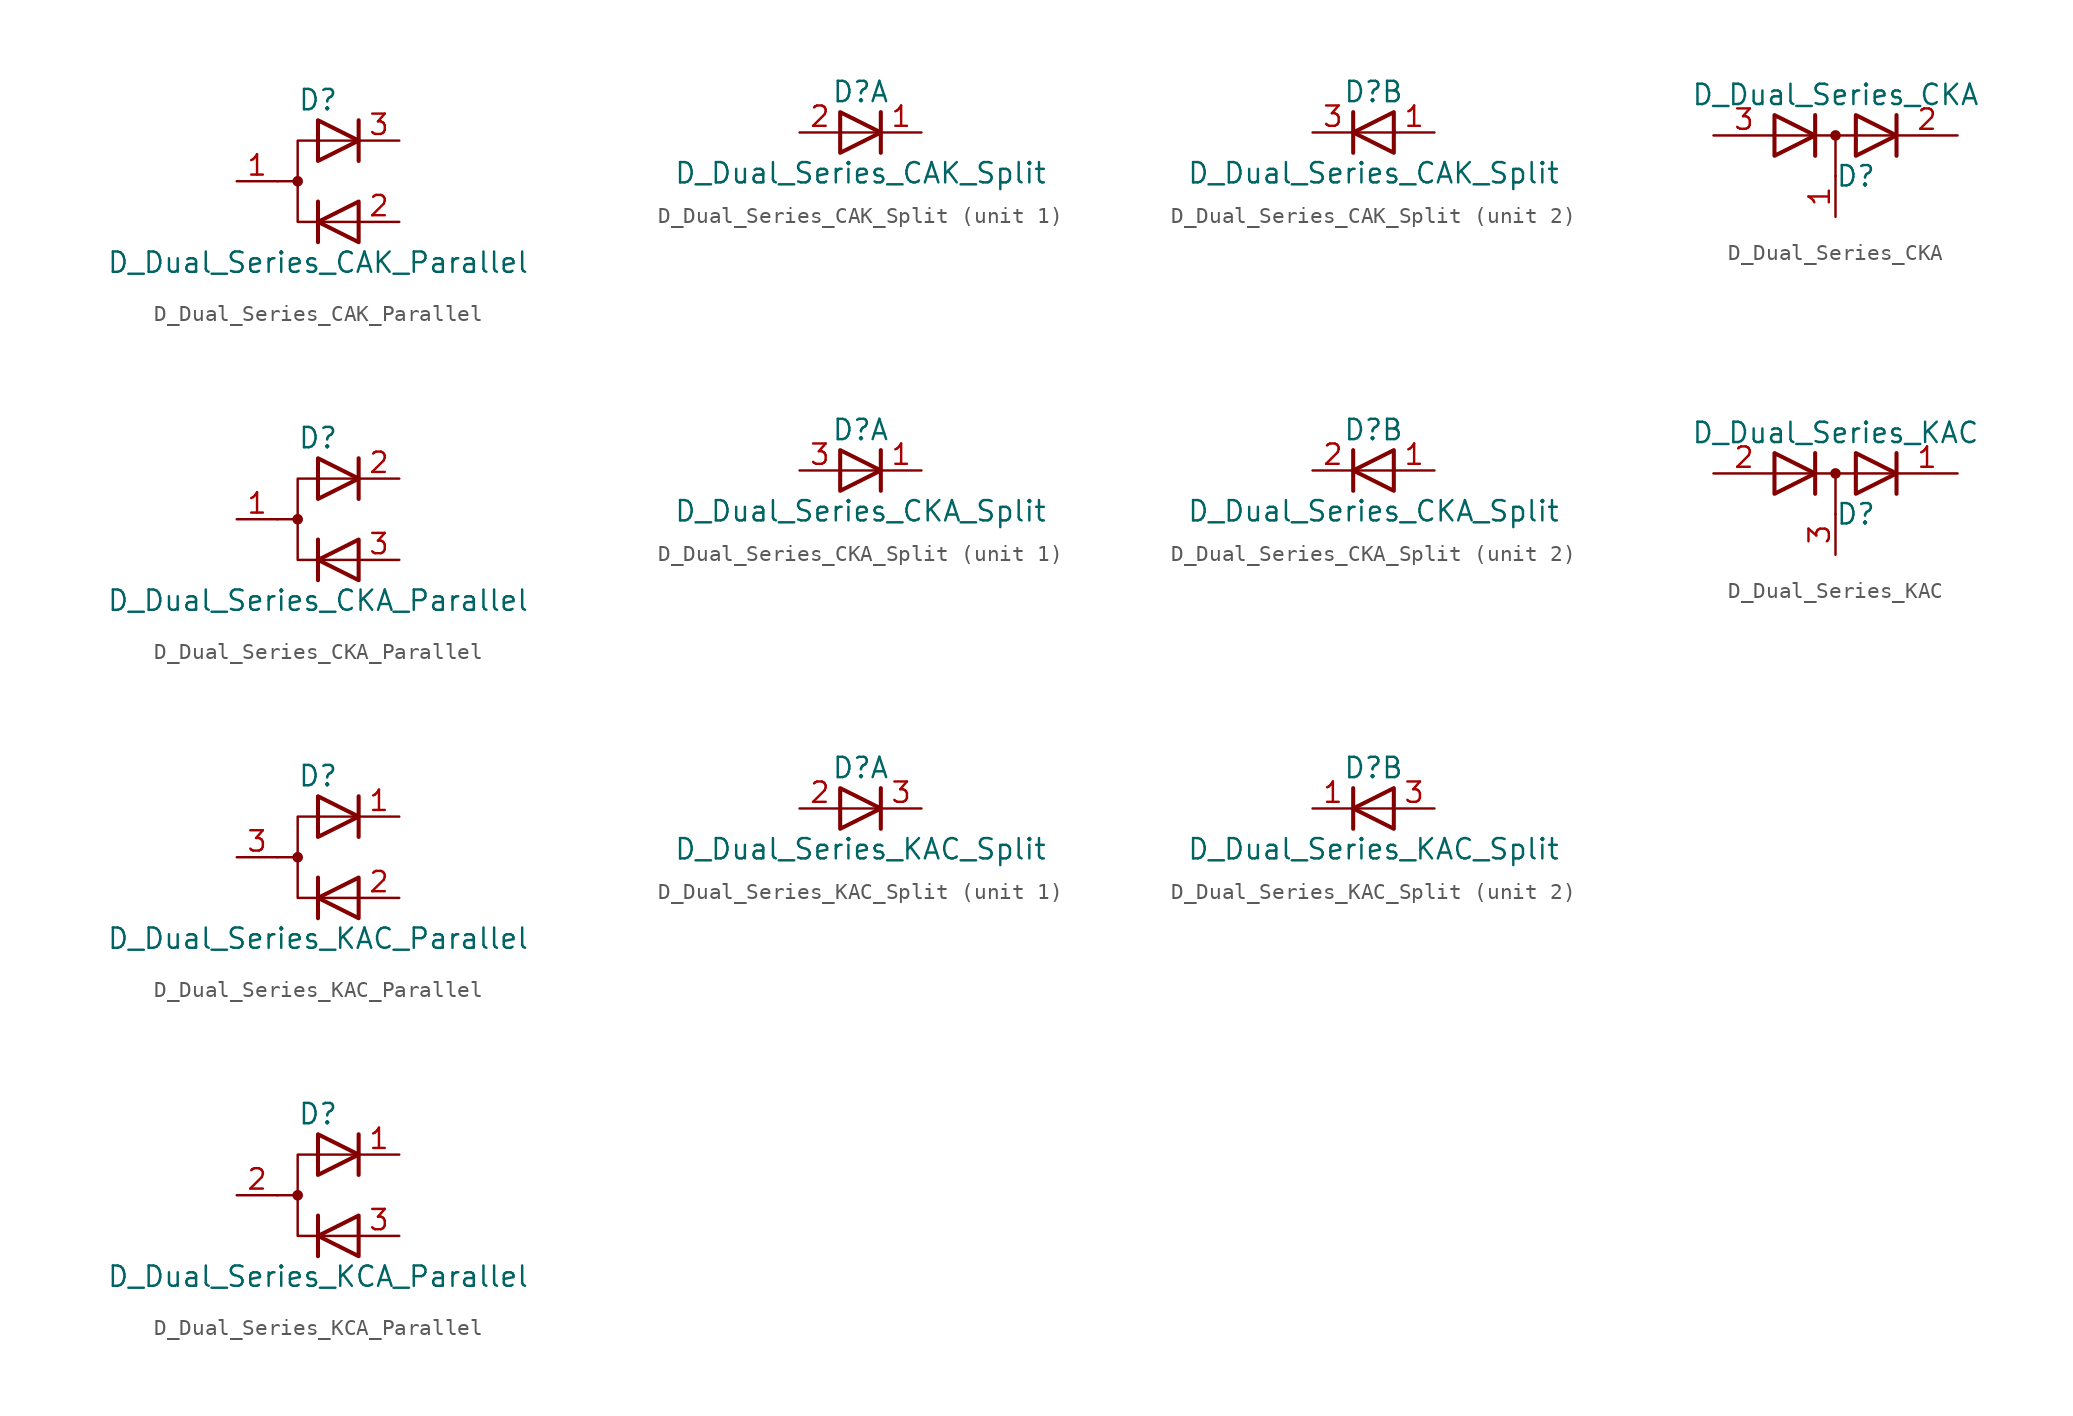
<source format=kicad_sym>
(kicad_symbol_lib
  (version 20241209)
  (generator "kicad_symbol_editor")
  (generator_version "9.0")
  (symbol "D_Dual_Series_CAK_Parallel"
    (pin_names
      (offset 0.762)
      (hide yes))
    (property "Reference" "D"
      (at 0 5.08 0)
      (effects (font (size 1.27 1.27))))
    (property "Value" "D_Dual_Series_CAK_Parallel"
      (at 0 -5.08 0)
      (effects (font (size 1.27 1.27))))
    (symbol "D_Dual_Series_CAK_Parallel_0_0"
      (polyline (pts (xy 0 -1.27) (xy 0 -3.81)) (stroke (width 0.254) (type default)) (fill (type none)))
      (polyline (pts (xy 2.54 3.81) (xy 2.54 1.27)) (stroke (width 0.254) (type default)) (fill (type none))))
    (symbol "D_Dual_Series_CAK_Parallel_0_1"
      (circle (center -1.27 0) (radius 0.254) (stroke (width 0) (type default)) (fill (type outline)))
      (polyline (pts (xy -1.27 0) (xy -2.54 0)) (stroke (width 0) (type default)) (fill (type none)))
      (polyline (pts (xy 0 3.81) (xy 2.54 2.54) (xy 0 1.27) (xy 0 3.81) (xy 0 3.81) (xy 0 3.81)) (stroke (width 0.254) (type default)) (fill (type none)))
      (polyline (pts (xy 2.54 2.54) (xy -1.27 2.54) (xy -1.27 -2.54) (xy 2.54 -2.54)) (stroke (width 0) (type default)) (fill (type none)))
      (polyline (pts (xy 2.54 -1.27) (xy 0 -2.54) (xy 2.54 -3.81) (xy 2.54 -1.27) (xy 2.54 -1.27) (xy 2.54 -1.27)) (stroke (width 0.254) (type default)) (fill (type none)))
      (pin passive line (at -5.08 0 0) (length 2.54) (name "common" (effects (font (size 1.27 1.27)))) (number "1" (effects (font (size 1.27 1.27)))))
      (pin passive line (at 5.08 2.54 180) (length 2.54) (name "K" (effects (font (size 1.27 1.27)))) (number "3" (effects (font (size 1.27 1.27)))))
      (pin passive line (at 5.08 -2.54 180) (length 2.54) (name "A" (effects (font (size 1.27 1.27)))) (number "2" (effects (font (size 1.27 1.27)))))))
  (symbol "D_Dual_Series_CAK_Split"
    (pin_names
      (offset 0.762)
      (hide yes))
    (property "Reference" "D"
      (at 0 2.54 0)
      (effects (font (size 1.27 1.27))))
    (property "Value" "D_Dual_Series_CAK_Split"
      (at 0 -2.54 0)
      (effects (font (size 1.27 1.27))))
    (property "ki_locked" ""
      (at 0 0 0)
      (effects (font (size 1.27 1.27))))
    (symbol "D_Dual_Series_CAK_Split_0_1"
      (pin passive line (at 3.81 0 180) (length 2.54) (name "common" (effects (font (size 1.27 1.27)))) (number "1" (effects (font (size 1.27 1.27))))))
    (symbol "D_Dual_Series_CAK_Split_1_0"
      (polyline (pts (xy 1.27 1.27) (xy 1.27 -1.27)) (stroke (width 0.254) (type default)) (fill (type none))))
    (symbol "D_Dual_Series_CAK_Split_1_1"
      (polyline (pts (xy -1.27 1.27) (xy 1.27 0) (xy -1.27 -1.27) (xy -1.27 1.27) (xy -1.27 1.27) (xy -1.27 1.27)) (stroke (width 0.254) (type default)) (fill (type none)))
      (polyline (pts (xy 1.27 0) (xy -1.27 0)) (stroke (width 0) (type default)) (fill (type none)))
      (pin passive line (at -3.81 0 0) (length 2.54) (name "A" (effects (font (size 1.27 1.27)))) (number "2" (effects (font (size 1.27 1.27))))))
    (symbol "D_Dual_Series_CAK_Split_2_0"
      (polyline (pts (xy -1.27 1.27) (xy -1.27 -1.27)) (stroke (width 0.254) (type default)) (fill (type none))))
    (symbol "D_Dual_Series_CAK_Split_2_1"
      (polyline (pts (xy -1.27 0) (xy 1.27 0)) (stroke (width 0) (type default)) (fill (type none)))
      (polyline (pts (xy 1.27 1.27) (xy -1.27 0) (xy 1.27 -1.27) (xy 1.27 1.27) (xy 1.27 1.27) (xy 1.27 1.27)) (stroke (width 0.254) (type default)) (fill (type none)))
      (pin passive line (at -3.81 0 0) (length 2.54) (name "K" (effects (font (size 1.27 1.27)))) (number "3" (effects (font (size 1.27 1.27)))))))
  (symbol "D_Dual_Series_CKA"
    (pin_names
      (offset 0.762)
      (hide yes))
    (property "Reference" "D"
      (at 1.27 -2.54 0)
      (effects (font (size 1.27 1.27))))
    (property "Value" "D_Dual_Series_CKA"
      (at 0 2.54 0)
      (effects (font (size 1.27 1.27))))
    (symbol "D_Dual_Series_CKA_0_1"
      (polyline (pts (xy -3.81 1.27) (xy -1.27 0) (xy -3.81 -1.27) (xy -3.81 1.27) (xy -3.81 1.27) (xy -3.81 1.27)) (stroke (width 0.254) (type default)) (fill (type none)))
      (polyline (pts (xy -3.81 0) (xy 3.81 0)) (stroke (width 0) (type default)) (fill (type none)))
      (polyline (pts (xy -1.27 -1.27) (xy -1.27 1.27) (xy -1.27 1.27)) (stroke (width 0.254) (type default)) (fill (type none)))
      (polyline (pts (xy 0 0) (xy 0 -2.54)) (stroke (width 0) (type default)) (fill (type none)))
      (circle (center 0 0) (radius 0.254) (stroke (width 0) (type default)) (fill (type outline)))
      (polyline (pts (xy 1.27 1.27) (xy 3.81 0) (xy 1.27 -1.27) (xy 1.27 1.27) (xy 1.27 1.27) (xy 1.27 1.27)) (stroke (width 0.254) (type default)) (fill (type none)))
      (polyline (pts (xy 3.81 1.27) (xy 3.81 -1.27) (xy 3.81 -1.27)) (stroke (width 0.254) (type default)) (fill (type none)))
      (pin passive line (at -7.62 0 0) (length 3.81) (name "A" (effects (font (size 1.27 1.27)))) (number "3" (effects (font (size 1.27 1.27)))))
      (pin passive line (at 0 -5.08 90) (length 2.54) (name "common" (effects (font (size 1.27 1.27)))) (number "1" (effects (font (size 1.27 1.27)))))
      (pin passive line (at 7.62 0 180) (length 3.81) (name "K" (effects (font (size 1.27 1.27)))) (number "2" (effects (font (size 1.27 1.27)))))))
  (symbol "D_Dual_Series_CKA_Parallel"
    (pin_names
      (offset 0.762)
      (hide yes))
    (property "Reference" "D"
      (at 0 5.08 0)
      (effects (font (size 1.27 1.27))))
    (property "Value" "D_Dual_Series_CKA_Parallel"
      (at 0 -5.08 0)
      (effects (font (size 1.27 1.27))))
    (symbol "D_Dual_Series_CKA_Parallel_0_0"
      (polyline (pts (xy 0 -1.27) (xy 0 -3.81)) (stroke (width 0.254) (type default)) (fill (type none)))
      (polyline (pts (xy 2.54 3.81) (xy 2.54 1.27)) (stroke (width 0.254) (type default)) (fill (type none))))
    (symbol "D_Dual_Series_CKA_Parallel_0_1"
      (circle (center -1.27 0) (radius 0.254) (stroke (width 0) (type default)) (fill (type outline)))
      (polyline (pts (xy -1.27 0) (xy -2.54 0)) (stroke (width 0) (type default)) (fill (type none)))
      (polyline (pts (xy 0 3.81) (xy 2.54 2.54) (xy 0 1.27) (xy 0 3.81) (xy 0 3.81) (xy 0 3.81)) (stroke (width 0.254) (type default)) (fill (type none)))
      (polyline (pts (xy 2.54 2.54) (xy -1.27 2.54) (xy -1.27 -2.54) (xy 2.54 -2.54)) (stroke (width 0) (type default)) (fill (type none)))
      (polyline (pts (xy 2.54 -1.27) (xy 0 -2.54) (xy 2.54 -3.81) (xy 2.54 -1.27) (xy 2.54 -1.27) (xy 2.54 -1.27)) (stroke (width 0.254) (type default)) (fill (type none)))
      (pin passive line (at -5.08 0 0) (length 2.54) (name "common" (effects (font (size 1.27 1.27)))) (number "1" (effects (font (size 1.27 1.27)))))
      (pin passive line (at 5.08 2.54 180) (length 2.54) (name "K" (effects (font (size 1.27 1.27)))) (number "2" (effects (font (size 1.27 1.27)))))
      (pin passive line (at 5.08 -2.54 180) (length 2.54) (name "A" (effects (font (size 1.27 1.27)))) (number "3" (effects (font (size 1.27 1.27)))))))
  (symbol "D_Dual_Series_CKA_Split"
    (pin_names
      (offset 0.762)
      (hide yes))
    (property "Reference" "D"
      (at 0 2.54 0)
      (effects (font (size 1.27 1.27))))
    (property "Value" "D_Dual_Series_CKA_Split"
      (at 0 -2.54 0)
      (effects (font (size 1.27 1.27))))
    (property "ki_locked" ""
      (at 0 0 0)
      (effects (font (size 1.27 1.27))))
    (symbol "D_Dual_Series_CKA_Split_0_1"
      (pin passive line (at 3.81 0 180) (length 2.54) (name "common" (effects (font (size 1.27 1.27)))) (number "1" (effects (font (size 1.27 1.27))))))
    (symbol "D_Dual_Series_CKA_Split_1_0"
      (polyline (pts (xy 1.27 1.27) (xy 1.27 -1.27)) (stroke (width 0.254) (type default)) (fill (type none))))
    (symbol "D_Dual_Series_CKA_Split_1_1"
      (polyline (pts (xy -1.27 1.27) (xy 1.27 0) (xy -1.27 -1.27) (xy -1.27 1.27) (xy -1.27 1.27) (xy -1.27 1.27)) (stroke (width 0.254) (type default)) (fill (type none)))
      (polyline (pts (xy 1.27 0) (xy -1.27 0)) (stroke (width 0) (type default)) (fill (type none)))
      (pin passive line (at -3.81 0 0) (length 2.54) (name "A" (effects (font (size 1.27 1.27)))) (number "3" (effects (font (size 1.27 1.27))))))
    (symbol "D_Dual_Series_CKA_Split_2_0"
      (polyline (pts (xy -1.27 1.27) (xy -1.27 -1.27)) (stroke (width 0.254) (type default)) (fill (type none))))
    (symbol "D_Dual_Series_CKA_Split_2_1"
      (polyline (pts (xy -1.27 0) (xy 1.27 0)) (stroke (width 0) (type default)) (fill (type none)))
      (polyline (pts (xy 1.27 1.27) (xy -1.27 0) (xy 1.27 -1.27) (xy 1.27 1.27) (xy 1.27 1.27) (xy 1.27 1.27)) (stroke (width 0.254) (type default)) (fill (type none)))
      (pin passive line (at -3.81 0 0) (length 2.54) (name "K" (effects (font (size 1.27 1.27)))) (number "2" (effects (font (size 1.27 1.27)))))))
  (symbol "D_Dual_Series_KAC"
    (pin_names
      (offset 0.762)
      (hide yes))
    (property "Reference" "D"
      (at 1.27 -2.54 0)
      (effects (font (size 1.27 1.27))))
    (property "Value" "D_Dual_Series_KAC"
      (at 0 2.54 0)
      (effects (font (size 1.27 1.27))))
    (symbol "D_Dual_Series_KAC_0_1"
      (polyline (pts (xy -3.81 1.27) (xy -1.27 0) (xy -3.81 -1.27) (xy -3.81 1.27) (xy -3.81 1.27) (xy -3.81 1.27)) (stroke (width 0.254) (type default)) (fill (type none)))
      (polyline (pts (xy -1.27 -1.27) (xy -1.27 1.27) (xy -1.27 1.27)) (stroke (width 0.254) (type default)) (fill (type none)))
      (polyline (pts (xy 0 0) (xy 0 -2.54)) (stroke (width 0) (type default)) (fill (type none)))
      (circle (center 0 0) (radius 0.254) (stroke (width 0) (type default)) (fill (type outline)))
      (polyline (pts (xy 1.27 1.27) (xy 3.81 0) (xy 1.27 -1.27) (xy 1.27 1.27) (xy 1.27 1.27) (xy 1.27 1.27)) (stroke (width 0.254) (type default)) (fill (type none)))
      (polyline (pts (xy 3.81 1.27) (xy 3.81 -1.27) (xy 3.81 -1.27)) (stroke (width 0.254) (type default)) (fill (type none)))
      (polyline (pts (xy 3.81 0) (xy -3.81 0)) (stroke (width 0) (type default)) (fill (type none)))
      (pin passive line (at -7.62 0 0) (length 3.81) (name "A" (effects (font (size 1.27 1.27)))) (number "2" (effects (font (size 1.27 1.27)))))
      (pin passive line (at 0 -5.08 90) (length 2.54) (name "common" (effects (font (size 1.27 1.27)))) (number "3" (effects (font (size 1.27 1.27)))))
      (pin passive line (at 7.62 0 180) (length 3.81) (name "K" (effects (font (size 1.27 1.27)))) (number "1" (effects (font (size 1.27 1.27)))))))
  (symbol "D_Dual_Series_KAC_Parallel"
    (pin_names
      (offset 0.762)
      (hide yes))
    (property "Reference" "D"
      (at 0 5.08 0)
      (effects (font (size 1.27 1.27))))
    (property "Value" "D_Dual_Series_KAC_Parallel"
      (at 0 -5.08 0)
      (effects (font (size 1.27 1.27))))
    (symbol "D_Dual_Series_KAC_Parallel_0_0"
      (polyline (pts (xy 0 -1.27) (xy 0 -3.81)) (stroke (width 0.254) (type default)) (fill (type none)))
      (polyline (pts (xy 2.54 3.81) (xy 2.54 1.27)) (stroke (width 0.254) (type default)) (fill (type none))))
    (symbol "D_Dual_Series_KAC_Parallel_0_1"
      (circle (center -1.27 0) (radius 0.254) (stroke (width 0) (type default)) (fill (type outline)))
      (polyline (pts (xy -1.27 0) (xy -2.54 0)) (stroke (width 0) (type default)) (fill (type none)))
      (polyline (pts (xy 0 3.81) (xy 2.54 2.54) (xy 0 1.27) (xy 0 3.81) (xy 0 3.81) (xy 0 3.81)) (stroke (width 0.254) (type default)) (fill (type none)))
      (polyline (pts (xy 2.54 2.54) (xy -1.27 2.54) (xy -1.27 -2.54) (xy 2.54 -2.54)) (stroke (width 0) (type default)) (fill (type none)))
      (polyline (pts (xy 2.54 -1.27) (xy 0 -2.54) (xy 2.54 -3.81) (xy 2.54 -1.27) (xy 2.54 -1.27) (xy 2.54 -1.27)) (stroke (width 0.254) (type default)) (fill (type none)))
      (pin passive line (at -5.08 0 0) (length 2.54) (name "common" (effects (font (size 1.27 1.27)))) (number "3" (effects (font (size 1.27 1.27)))))
      (pin passive line (at 5.08 2.54 180) (length 2.54) (name "K" (effects (font (size 1.27 1.27)))) (number "1" (effects (font (size 1.27 1.27)))))
      (pin passive line (at 5.08 -2.54 180) (length 2.54) (name "A" (effects (font (size 1.27 1.27)))) (number "2" (effects (font (size 1.27 1.27)))))))
  (symbol "D_Dual_Series_KAC_Split"
    (pin_names
      (offset 0.762)
      (hide yes))
    (property "Reference" "D"
      (at 0 2.54 0)
      (effects (font (size 1.27 1.27))))
    (property "Value" "D_Dual_Series_KAC_Split"
      (at 0 -2.54 0)
      (effects (font (size 1.27 1.27))))
    (property "ki_locked" ""
      (at 0 0 0)
      (effects (font (size 1.27 1.27))))
    (symbol "D_Dual_Series_KAC_Split_0_1"
      (pin passive line (at 3.81 0 180) (length 2.54) (name "common" (effects (font (size 1.27 1.27)))) (number "3" (effects (font (size 1.27 1.27))))))
    (symbol "D_Dual_Series_KAC_Split_1_0"
      (polyline (pts (xy 1.27 1.27) (xy 1.27 -1.27)) (stroke (width 0.254) (type default)) (fill (type none))))
    (symbol "D_Dual_Series_KAC_Split_1_1"
      (polyline (pts (xy -1.27 1.27) (xy 1.27 0) (xy -1.27 -1.27) (xy -1.27 1.27) (xy -1.27 1.27) (xy -1.27 1.27)) (stroke (width 0.254) (type default)) (fill (type none)))
      (polyline (pts (xy 1.27 0) (xy -1.27 0)) (stroke (width 0) (type default)) (fill (type none)))
      (pin passive line (at -3.81 0 0) (length 2.54) (name "A" (effects (font (size 1.27 1.27)))) (number "2" (effects (font (size 1.27 1.27))))))
    (symbol "D_Dual_Series_KAC_Split_2_0"
      (polyline (pts (xy -1.27 1.27) (xy -1.27 -1.27)) (stroke (width 0.254) (type default)) (fill (type none))))
    (symbol "D_Dual_Series_KAC_Split_2_1"
      (polyline (pts (xy -1.27 0) (xy 1.27 0)) (stroke (width 0) (type default)) (fill (type none)))
      (polyline (pts (xy 1.27 1.27) (xy -1.27 0) (xy 1.27 -1.27) (xy 1.27 1.27) (xy 1.27 1.27) (xy 1.27 1.27)) (stroke (width 0.254) (type default)) (fill (type none)))
      (pin passive line (at -3.81 0 0) (length 2.54) (name "K" (effects (font (size 1.27 1.27)))) (number "1" (effects (font (size 1.27 1.27)))))))
  (symbol "D_Dual_Series_KCA_Parallel"
    (pin_names
      (offset 0.762)
      (hide yes))
    (property "Reference" "D"
      (at 0 5.08 0)
      (effects (font (size 1.27 1.27))))
    (property "Value" "D_Dual_Series_KCA_Parallel"
      (at 0 -5.08 0)
      (effects (font (size 1.27 1.27))))
    (symbol "D_Dual_Series_KCA_Parallel_0_0"
      (polyline (pts (xy 0 -1.27) (xy 0 -3.81)) (stroke (width 0.254) (type default)) (fill (type none)))
      (polyline (pts (xy 2.54 3.81) (xy 2.54 1.27)) (stroke (width 0.254) (type default)) (fill (type none))))
    (symbol "D_Dual_Series_KCA_Parallel_0_1"
      (circle (center -1.27 0) (radius 0.254) (stroke (width 0) (type default)) (fill (type outline)))
      (polyline (pts (xy -1.27 0) (xy -2.54 0)) (stroke (width 0) (type default)) (fill (type none)))
      (polyline (pts (xy 0 3.81) (xy 2.54 2.54) (xy 0 1.27) (xy 0 3.81) (xy 0 3.81) (xy 0 3.81)) (stroke (width 0.254) (type default)) (fill (type none)))
      (polyline (pts (xy 2.54 2.54) (xy -1.27 2.54) (xy -1.27 -2.54) (xy 2.54 -2.54)) (stroke (width 0) (type default)) (fill (type none)))
      (polyline (pts (xy 2.54 -1.27) (xy 0 -2.54) (xy 2.54 -3.81) (xy 2.54 -1.27) (xy 2.54 -1.27) (xy 2.54 -1.27)) (stroke (width 0.254) (type default)) (fill (type none)))
      (pin passive line (at -5.08 0 0) (length 2.54) (name "common" (effects (font (size 1.27 1.27)))) (number "2" (effects (font (size 1.27 1.27)))))
      (pin passive line (at 5.08 2.54 180) (length 2.54) (name "K" (effects (font (size 1.27 1.27)))) (number "1" (effects (font (size 1.27 1.27)))))
      (pin passive line (at 5.08 -2.54 180) (length 2.54) (name "A" (effects (font (size 1.27 1.27)))) (number "3" (effects (font (size 1.27 1.27))))))))
</source>
